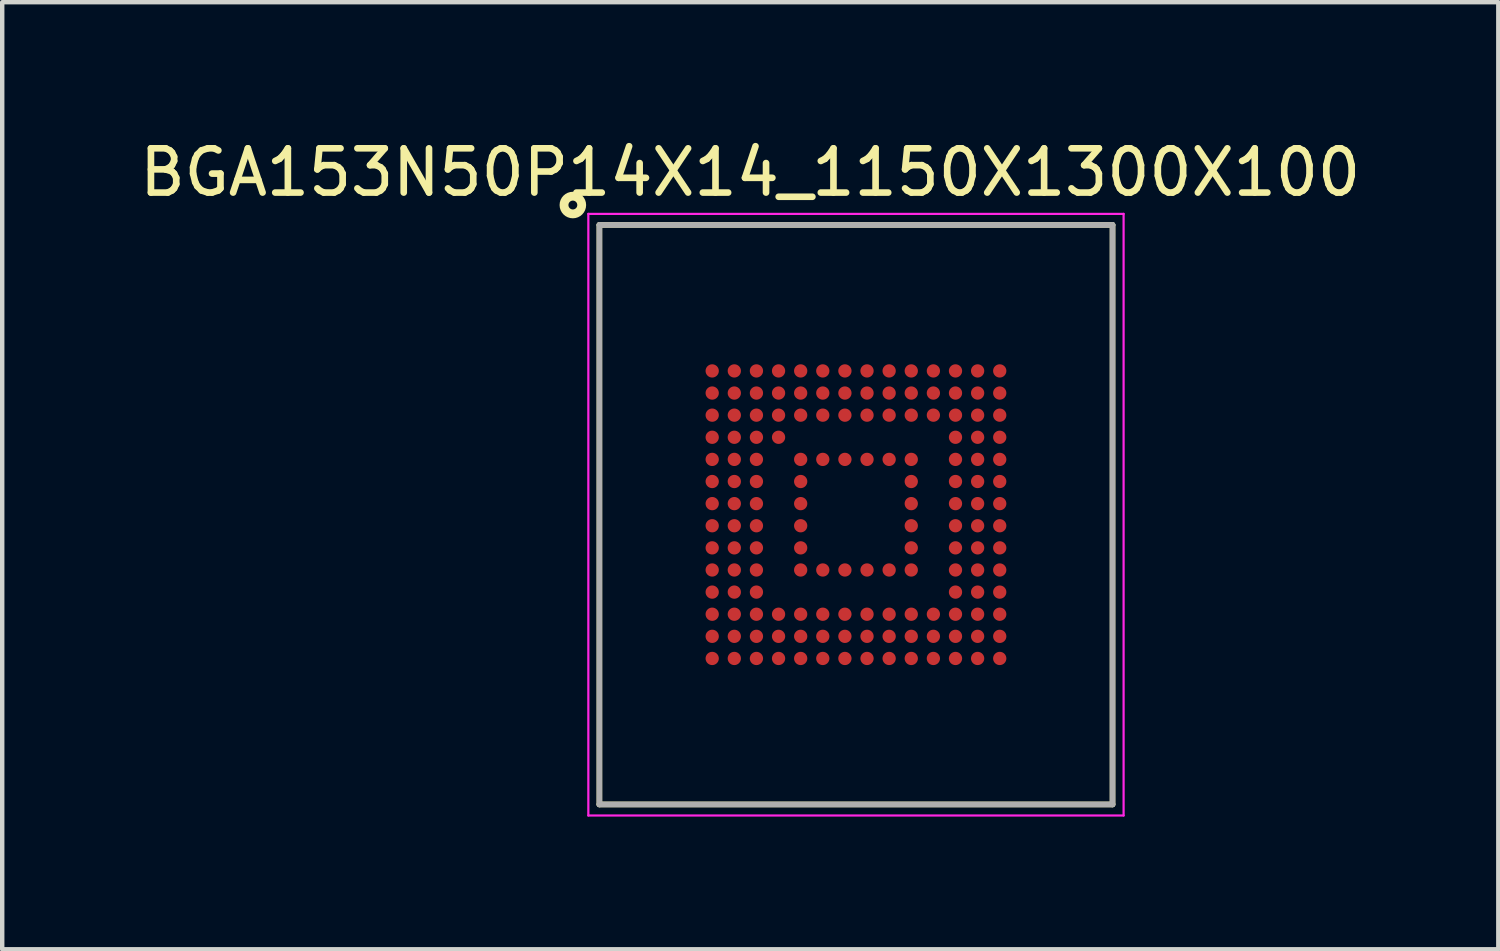
<source format=kicad_pcb>
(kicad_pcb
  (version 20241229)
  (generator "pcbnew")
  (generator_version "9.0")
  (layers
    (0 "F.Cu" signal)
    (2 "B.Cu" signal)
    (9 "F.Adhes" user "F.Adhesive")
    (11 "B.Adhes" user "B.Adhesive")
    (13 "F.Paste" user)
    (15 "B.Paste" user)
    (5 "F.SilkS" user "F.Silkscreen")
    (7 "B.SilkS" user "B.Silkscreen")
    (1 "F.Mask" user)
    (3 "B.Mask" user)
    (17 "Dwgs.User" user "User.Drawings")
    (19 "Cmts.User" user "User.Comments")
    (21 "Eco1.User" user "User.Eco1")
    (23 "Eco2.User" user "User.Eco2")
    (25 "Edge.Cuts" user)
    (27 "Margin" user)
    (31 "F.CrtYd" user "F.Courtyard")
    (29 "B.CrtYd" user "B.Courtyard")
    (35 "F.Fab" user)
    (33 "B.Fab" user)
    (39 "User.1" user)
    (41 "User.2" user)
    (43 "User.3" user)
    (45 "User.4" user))
  (footprint "BGA153N50P14X14_1150X1300X100"
    (layer "F.Cu")
    (at 16.3 8.585)
    (property "Reference" "BGA153N50P14X14_1150X1300X100" (at -2.39 -7.737 0) (layer "F.SilkS") (effects (font (size 1 1) (thickness 0.15))))
    (attr through_hole)
    (fp_line (start -5.8 6.55) (end -5.8 -6.55) (stroke (width 0.127) (type solid)) (layer "F.SilkS"))
    (fp_line (start 5.8 -6.55) (end -5.8 -6.55) (stroke (width 0.127) (type solid)) (layer "F.SilkS"))
    (fp_line (start 5.8 6.55) (end -5.8 6.55) (stroke (width 0.127) (type solid)) (layer "F.SilkS"))
    (fp_line (start 5.8 6.55) (end 5.8 -6.55) (stroke (width 0.127) (type solid)) (layer "F.SilkS"))
    (fp_circle (center -6.4 -7) (end -6.2 -7) (stroke (width 0.2) (type solid)) (fill no) (layer "F.SilkS"))
    (fp_line (start -6.05 -6.8) (end 6.05 -6.8) (stroke (width 0.05) (type solid)) (layer "F.CrtYd"))
    (fp_line (start -6.05 6.8) (end -6.05 -6.8) (stroke (width 0.05) (type solid)) (layer "F.CrtYd"))
    (fp_line (start -6.05 6.8) (end 6.05 6.8) (stroke (width 0.05) (type solid)) (layer "F.CrtYd"))
    (fp_line (start 6.05 6.8) (end 6.05 -6.8) (stroke (width 0.05) (type solid)) (layer "F.CrtYd"))
    (fp_line (start -5.8 6.55) (end -5.8 -6.55) (stroke (width 0.127) (type solid)) (layer "F.Fab"))
    (fp_line (start 5.8 -6.55) (end -5.8 -6.55) (stroke (width 0.127) (type solid)) (layer "F.Fab"))
    (fp_line (start 5.8 6.55) (end -5.8 6.55) (stroke (width 0.127) (type solid)) (layer "F.Fab"))
    (fp_line (start 5.8 6.55) (end 5.8 -6.55) (stroke (width 0.127) (type solid)) (layer "F.Fab"))
    (pad "A1" smd circle (at -3.25 -3.25) (size 0.3 0.3) (layers "F.Cu" "F.Mask" "F.Paste"))
    (pad "A2" smd circle (at -2.75 -3.25) (size 0.3 0.3) (layers "F.Cu" "F.Mask" "F.Paste"))
    (pad "A3" smd circle (at -2.25 -3.25) (size 0.3 0.3) (layers "F.Cu" "F.Mask" "F.Paste"))
    (pad "A4" smd circle (at -1.75 -3.25) (size 0.3 0.3) (layers "F.Cu" "F.Mask" "F.Paste"))
    (pad "A5" smd circle (at -1.25 -3.25) (size 0.3 0.3) (layers "F.Cu" "F.Mask" "F.Paste"))
    (pad "A6" smd circle (at -0.75 -3.25) (size 0.3 0.3) (layers "F.Cu" "F.Mask" "F.Paste"))
    (pad "A7" smd circle (at -0.25 -3.25) (size 0.3 0.3) (layers "F.Cu" "F.Mask" "F.Paste"))
    (pad "A8" smd circle (at 0.25 -3.25) (size 0.3 0.3) (layers "F.Cu" "F.Mask" "F.Paste"))
    (pad "A9" smd circle (at 0.75 -3.25) (size 0.3 0.3) (layers "F.Cu" "F.Mask" "F.Paste"))
    (pad "A10" smd circle (at 1.25 -3.25) (size 0.3 0.3) (layers "F.Cu" "F.Mask" "F.Paste"))
    (pad "A11" smd circle (at 1.75 -3.25) (size 0.3 0.3) (layers "F.Cu" "F.Mask" "F.Paste"))
    (pad "A12" smd circle (at 2.25 -3.25) (size 0.3 0.3) (layers "F.Cu" "F.Mask" "F.Paste"))
    (pad "A13" smd circle (at 2.75 -3.25) (size 0.3 0.3) (layers "F.Cu" "F.Mask" "F.Paste"))
    (pad "A14" smd circle (at 3.25 -3.25) (size 0.3 0.3) (layers "F.Cu" "F.Mask" "F.Paste"))
    (pad "B1" smd circle (at -3.25 -2.75) (size 0.3 0.3) (layers "F.Cu" "F.Mask" "F.Paste"))
    (pad "B2" smd circle (at -2.75 -2.75) (size 0.3 0.3) (layers "F.Cu" "F.Mask" "F.Paste"))
    (pad "B3" smd circle (at -2.25 -2.75) (size 0.3 0.3) (layers "F.Cu" "F.Mask" "F.Paste"))
    (pad "B4" smd circle (at -1.75 -2.75) (size 0.3 0.3) (layers "F.Cu" "F.Mask" "F.Paste"))
    (pad "B5" smd circle (at -1.25 -2.75) (size 0.3 0.3) (layers "F.Cu" "F.Mask" "F.Paste"))
    (pad "B6" smd circle (at -0.75 -2.75) (size 0.3 0.3) (layers "F.Cu" "F.Mask" "F.Paste"))
    (pad "B7" smd circle (at -0.25 -2.75) (size 0.3 0.3) (layers "F.Cu" "F.Mask" "F.Paste"))
    (pad "B8" smd circle (at 0.25 -2.75) (size 0.3 0.3) (layers "F.Cu" "F.Mask" "F.Paste"))
    (pad "B9" smd circle (at 0.75 -2.75) (size 0.3 0.3) (layers "F.Cu" "F.Mask" "F.Paste"))
    (pad "B10" smd circle (at 1.25 -2.75) (size 0.3 0.3) (layers "F.Cu" "F.Mask" "F.Paste"))
    (pad "B11" smd circle (at 1.75 -2.75) (size 0.3 0.3) (layers "F.Cu" "F.Mask" "F.Paste"))
    (pad "B12" smd circle (at 2.25 -2.75) (size 0.3 0.3) (layers "F.Cu" "F.Mask" "F.Paste"))
    (pad "B13" smd circle (at 2.75 -2.75) (size 0.3 0.3) (layers "F.Cu" "F.Mask" "F.Paste"))
    (pad "B14" smd circle (at 3.25 -2.75) (size 0.3 0.3) (layers "F.Cu" "F.Mask" "F.Paste"))
    (pad "C1" smd circle (at -3.25 -2.25) (size 0.3 0.3) (layers "F.Cu" "F.Mask" "F.Paste"))
    (pad "C2" smd circle (at -2.75 -2.25) (size 0.3 0.3) (layers "F.Cu" "F.Mask" "F.Paste"))
    (pad "C3" smd circle (at -2.25 -2.25) (size 0.3 0.3) (layers "F.Cu" "F.Mask" "F.Paste"))
    (pad "C4" smd circle (at -1.75 -2.25) (size 0.3 0.3) (layers "F.Cu" "F.Mask" "F.Paste"))
    (pad "C5" smd circle (at -1.25 -2.25) (size 0.3 0.3) (layers "F.Cu" "F.Mask" "F.Paste"))
    (pad "C6" smd circle (at -0.75 -2.25) (size 0.3 0.3) (layers "F.Cu" "F.Mask" "F.Paste"))
    (pad "C7" smd circle (at -0.25 -2.25) (size 0.3 0.3) (layers "F.Cu" "F.Mask" "F.Paste"))
    (pad "C8" smd circle (at 0.25 -2.25) (size 0.3 0.3) (layers "F.Cu" "F.Mask" "F.Paste"))
    (pad "C9" smd circle (at 0.75 -2.25) (size 0.3 0.3) (layers "F.Cu" "F.Mask" "F.Paste"))
    (pad "C10" smd circle (at 1.25 -2.25) (size 0.3 0.3) (layers "F.Cu" "F.Mask" "F.Paste"))
    (pad "C11" smd circle (at 1.75 -2.25) (size 0.3 0.3) (layers "F.Cu" "F.Mask" "F.Paste"))
    (pad "C12" smd circle (at 2.25 -2.25) (size 0.3 0.3) (layers "F.Cu" "F.Mask" "F.Paste"))
    (pad "C13" smd circle (at 2.75 -2.25) (size 0.3 0.3) (layers "F.Cu" "F.Mask" "F.Paste"))
    (pad "C14" smd circle (at 3.25 -2.25) (size 0.3 0.3) (layers "F.Cu" "F.Mask" "F.Paste"))
    (pad "D1" smd circle (at -3.25 -1.75) (size 0.3 0.3) (layers "F.Cu" "F.Mask" "F.Paste"))
    (pad "D2" smd circle (at -2.75 -1.75) (size 0.3 0.3) (layers "F.Cu" "F.Mask" "F.Paste"))
    (pad "D3" smd circle (at -2.25 -1.75) (size 0.3 0.3) (layers "F.Cu" "F.Mask" "F.Paste"))
    (pad "D4" smd circle (at -1.75 -1.75) (size 0.3 0.3) (layers "F.Cu" "F.Mask" "F.Paste"))
    (pad "D12" smd circle (at 2.25 -1.75) (size 0.3 0.3) (layers "F.Cu" "F.Mask" "F.Paste"))
    (pad "D13" smd circle (at 2.75 -1.75) (size 0.3 0.3) (layers "F.Cu" "F.Mask" "F.Paste"))
    (pad "D14" smd circle (at 3.25 -1.75) (size 0.3 0.3) (layers "F.Cu" "F.Mask" "F.Paste"))
    (pad "E1" smd circle (at -3.25 -1.25) (size 0.3 0.3) (layers "F.Cu" "F.Mask" "F.Paste"))
    (pad "E2" smd circle (at -2.75 -1.25) (size 0.3 0.3) (layers "F.Cu" "F.Mask" "F.Paste"))
    (pad "E3" smd circle (at -2.25 -1.25) (size 0.3 0.3) (layers "F.Cu" "F.Mask" "F.Paste"))
    (pad "E5" smd circle (at -1.25 -1.25) (size 0.3 0.3) (layers "F.Cu" "F.Mask" "F.Paste"))
    (pad "E6" smd circle (at -0.75 -1.25) (size 0.3 0.3) (layers "F.Cu" "F.Mask" "F.Paste"))
    (pad "E7" smd circle (at -0.25 -1.25) (size 0.3 0.3) (layers "F.Cu" "F.Mask" "F.Paste"))
    (pad "E8" smd circle (at 0.25 -1.25) (size 0.3 0.3) (layers "F.Cu" "F.Mask" "F.Paste"))
    (pad "E9" smd circle (at 0.75 -1.25) (size 0.3 0.3) (layers "F.Cu" "F.Mask" "F.Paste"))
    (pad "E10" smd circle (at 1.25 -1.25) (size 0.3 0.3) (layers "F.Cu" "F.Mask" "F.Paste"))
    (pad "E12" smd circle (at 2.25 -1.25) (size 0.3 0.3) (layers "F.Cu" "F.Mask" "F.Paste"))
    (pad "E13" smd circle (at 2.75 -1.25) (size 0.3 0.3) (layers "F.Cu" "F.Mask" "F.Paste"))
    (pad "E14" smd circle (at 3.25 -1.25) (size 0.3 0.3) (layers "F.Cu" "F.Mask" "F.Paste"))
    (pad "F1" smd circle (at -3.25 -0.75) (size 0.3 0.3) (layers "F.Cu" "F.Mask" "F.Paste"))
    (pad "F2" smd circle (at -2.75 -0.75) (size 0.3 0.3) (layers "F.Cu" "F.Mask" "F.Paste"))
    (pad "F3" smd circle (at -2.25 -0.75) (size 0.3 0.3) (layers "F.Cu" "F.Mask" "F.Paste"))
    (pad "F5" smd circle (at -1.25 -0.75) (size 0.3 0.3) (layers "F.Cu" "F.Mask" "F.Paste"))
    (pad "F10" smd circle (at 1.25 -0.75) (size 0.3 0.3) (layers "F.Cu" "F.Mask" "F.Paste"))
    (pad "F12" smd circle (at 2.25 -0.75) (size 0.3 0.3) (layers "F.Cu" "F.Mask" "F.Paste"))
    (pad "F13" smd circle (at 2.75 -0.75) (size 0.3 0.3) (layers "F.Cu" "F.Mask" "F.Paste"))
    (pad "F14" smd circle (at 3.25 -0.75) (size 0.3 0.3) (layers "F.Cu" "F.Mask" "F.Paste"))
    (pad "G1" smd circle (at -3.25 -0.25) (size 0.3 0.3) (layers "F.Cu" "F.Mask" "F.Paste"))
    (pad "G2" smd circle (at -2.75 -0.25) (size 0.3 0.3) (layers "F.Cu" "F.Mask" "F.Paste"))
    (pad "G3" smd circle (at -2.25 -0.25) (size 0.3 0.3) (layers "F.Cu" "F.Mask" "F.Paste"))
    (pad "G5" smd circle (at -1.25 -0.25) (size 0.3 0.3) (layers "F.Cu" "F.Mask" "F.Paste"))
    (pad "G10" smd circle (at 1.25 -0.25) (size 0.3 0.3) (layers "F.Cu" "F.Mask" "F.Paste"))
    (pad "G12" smd circle (at 2.25 -0.25) (size 0.3 0.3) (layers "F.Cu" "F.Mask" "F.Paste"))
    (pad "G13" smd circle (at 2.75 -0.25) (size 0.3 0.3) (layers "F.Cu" "F.Mask" "F.Paste"))
    (pad "G14" smd circle (at 3.25 -0.25) (size 0.3 0.3) (layers "F.Cu" "F.Mask" "F.Paste"))
    (pad "H1" smd circle (at -3.25 0.25) (size 0.3 0.3) (layers "F.Cu" "F.Mask" "F.Paste"))
    (pad "H2" smd circle (at -2.75 0.25) (size 0.3 0.3) (layers "F.Cu" "F.Mask" "F.Paste"))
    (pad "H3" smd circle (at -2.25 0.25) (size 0.3 0.3) (layers "F.Cu" "F.Mask" "F.Paste"))
    (pad "H5" smd circle (at -1.25 0.25) (size 0.3 0.3) (layers "F.Cu" "F.Mask" "F.Paste"))
    (pad "H10" smd circle (at 1.25 0.25) (size 0.3 0.3) (layers "F.Cu" "F.Mask" "F.Paste"))
    (pad "H12" smd circle (at 2.25 0.25) (size 0.3 0.3) (layers "F.Cu" "F.Mask" "F.Paste"))
    (pad "H13" smd circle (at 2.75 0.25) (size 0.3 0.3) (layers "F.Cu" "F.Mask" "F.Paste"))
    (pad "H14" smd circle (at 3.25 0.25) (size 0.3 0.3) (layers "F.Cu" "F.Mask" "F.Paste"))
    (pad "J1" smd circle (at -3.25 0.75) (size 0.3 0.3) (layers "F.Cu" "F.Mask" "F.Paste"))
    (pad "J2" smd circle (at -2.75 0.75) (size 0.3 0.3) (layers "F.Cu" "F.Mask" "F.Paste"))
    (pad "J3" smd circle (at -2.25 0.75) (size 0.3 0.3) (layers "F.Cu" "F.Mask" "F.Paste"))
    (pad "J5" smd circle (at -1.25 0.75) (size 0.3 0.3) (layers "F.Cu" "F.Mask" "F.Paste"))
    (pad "J10" smd circle (at 1.25 0.75) (size 0.3 0.3) (layers "F.Cu" "F.Mask" "F.Paste"))
    (pad "J12" smd circle (at 2.25 0.75) (size 0.3 0.3) (layers "F.Cu" "F.Mask" "F.Paste"))
    (pad "J13" smd circle (at 2.75 0.75) (size 0.3 0.3) (layers "F.Cu" "F.Mask" "F.Paste"))
    (pad "J14" smd circle (at 3.25 0.75) (size 0.3 0.3) (layers "F.Cu" "F.Mask" "F.Paste"))
    (pad "K1" smd circle (at -3.25 1.25) (size 0.3 0.3) (layers "F.Cu" "F.Mask" "F.Paste"))
    (pad "K2" smd circle (at -2.75 1.25) (size 0.3 0.3) (layers "F.Cu" "F.Mask" "F.Paste"))
    (pad "K3" smd circle (at -2.25 1.25) (size 0.3 0.3) (layers "F.Cu" "F.Mask" "F.Paste"))
    (pad "K5" smd circle (at -1.25 1.25) (size 0.3 0.3) (layers "F.Cu" "F.Mask" "F.Paste"))
    (pad "K6" smd circle (at -0.75 1.25) (size 0.3 0.3) (layers "F.Cu" "F.Mask" "F.Paste"))
    (pad "K7" smd circle (at -0.25 1.25) (size 0.3 0.3) (layers "F.Cu" "F.Mask" "F.Paste"))
    (pad "K8" smd circle (at 0.25 1.25) (size 0.3 0.3) (layers "F.Cu" "F.Mask" "F.Paste"))
    (pad "K9" smd circle (at 0.75 1.25) (size 0.3 0.3) (layers "F.Cu" "F.Mask" "F.Paste"))
    (pad "K10" smd circle (at 1.25 1.25) (size 0.3 0.3) (layers "F.Cu" "F.Mask" "F.Paste"))
    (pad "K12" smd circle (at 2.25 1.25) (size 0.3 0.3) (layers "F.Cu" "F.Mask" "F.Paste"))
    (pad "K13" smd circle (at 2.75 1.25) (size 0.3 0.3) (layers "F.Cu" "F.Mask" "F.Paste"))
    (pad "K14" smd circle (at 3.25 1.25) (size 0.3 0.3) (layers "F.Cu" "F.Mask" "F.Paste"))
    (pad "L1" smd circle (at -3.25 1.75) (size 0.3 0.3) (layers "F.Cu" "F.Mask" "F.Paste"))
    (pad "L2" smd circle (at -2.75 1.75) (size 0.3 0.3) (layers "F.Cu" "F.Mask" "F.Paste"))
    (pad "L3" smd circle (at -2.25 1.75) (size 0.3 0.3) (layers "F.Cu" "F.Mask" "F.Paste"))
    (pad "L12" smd circle (at 2.25 1.75) (size 0.3 0.3) (layers "F.Cu" "F.Mask" "F.Paste"))
    (pad "L13" smd circle (at 2.75 1.75) (size 0.3 0.3) (layers "F.Cu" "F.Mask" "F.Paste"))
    (pad "L14" smd circle (at 3.25 1.75) (size 0.3 0.3) (layers "F.Cu" "F.Mask" "F.Paste"))
    (pad "M1" smd circle (at -3.25 2.25) (size 0.3 0.3) (layers "F.Cu" "F.Mask" "F.Paste"))
    (pad "M2" smd circle (at -2.75 2.25) (size 0.3 0.3) (layers "F.Cu" "F.Mask" "F.Paste"))
    (pad "M3" smd circle (at -2.25 2.25) (size 0.3 0.3) (layers "F.Cu" "F.Mask" "F.Paste"))
    (pad "M4" smd circle (at -1.75 2.25) (size 0.3 0.3) (layers "F.Cu" "F.Mask" "F.Paste"))
    (pad "M5" smd circle (at -1.25 2.25) (size 0.3 0.3) (layers "F.Cu" "F.Mask" "F.Paste"))
    (pad "M6" smd circle (at -0.75 2.25) (size 0.3 0.3) (layers "F.Cu" "F.Mask" "F.Paste"))
    (pad "M7" smd circle (at -0.25 2.25) (size 0.3 0.3) (layers "F.Cu" "F.Mask" "F.Paste"))
    (pad "M8" smd circle (at 0.25 2.25) (size 0.3 0.3) (layers "F.Cu" "F.Mask" "F.Paste"))
    (pad "M9" smd circle (at 0.75 2.25) (size 0.3 0.3) (layers "F.Cu" "F.Mask" "F.Paste"))
    (pad "M10" smd circle (at 1.25 2.25) (size 0.3 0.3) (layers "F.Cu" "F.Mask" "F.Paste"))
    (pad "M11" smd circle (at 1.75 2.25) (size 0.3 0.3) (layers "F.Cu" "F.Mask" "F.Paste"))
    (pad "M12" smd circle (at 2.25 2.25) (size 0.3 0.3) (layers "F.Cu" "F.Mask" "F.Paste"))
    (pad "M13" smd circle (at 2.75 2.25) (size 0.3 0.3) (layers "F.Cu" "F.Mask" "F.Paste"))
    (pad "M14" smd circle (at 3.25 2.25) (size 0.3 0.3) (layers "F.Cu" "F.Mask" "F.Paste"))
    (pad "N1" smd circle (at -3.25 2.75) (size 0.3 0.3) (layers "F.Cu" "F.Mask" "F.Paste"))
    (pad "N2" smd circle (at -2.75 2.75) (size 0.3 0.3) (layers "F.Cu" "F.Mask" "F.Paste"))
    (pad "N3" smd circle (at -2.25 2.75) (size 0.3 0.3) (layers "F.Cu" "F.Mask" "F.Paste"))
    (pad "N4" smd circle (at -1.75 2.75) (size 0.3 0.3) (layers "F.Cu" "F.Mask" "F.Paste"))
    (pad "N5" smd circle (at -1.25 2.75) (size 0.3 0.3) (layers "F.Cu" "F.Mask" "F.Paste"))
    (pad "N6" smd circle (at -0.75 2.75) (size 0.3 0.3) (layers "F.Cu" "F.Mask" "F.Paste"))
    (pad "N7" smd circle (at -0.25 2.75) (size 0.3 0.3) (layers "F.Cu" "F.Mask" "F.Paste"))
    (pad "N8" smd circle (at 0.25 2.75) (size 0.3 0.3) (layers "F.Cu" "F.Mask" "F.Paste"))
    (pad "N9" smd circle (at 0.75 2.75) (size 0.3 0.3) (layers "F.Cu" "F.Mask" "F.Paste"))
    (pad "N10" smd circle (at 1.25 2.75) (size 0.3 0.3) (layers "F.Cu" "F.Mask" "F.Paste"))
    (pad "N11" smd circle (at 1.75 2.75) (size 0.3 0.3) (layers "F.Cu" "F.Mask" "F.Paste"))
    (pad "N12" smd circle (at 2.25 2.75) (size 0.3 0.3) (layers "F.Cu" "F.Mask" "F.Paste"))
    (pad "N13" smd circle (at 2.75 2.75) (size 0.3 0.3) (layers "F.Cu" "F.Mask" "F.Paste"))
    (pad "N14" smd circle (at 3.25 2.75) (size 0.3 0.3) (layers "F.Cu" "F.Mask" "F.Paste"))
    (pad "P1" smd circle (at -3.25 3.25) (size 0.3 0.3) (layers "F.Cu" "F.Mask" "F.Paste"))
    (pad "P2" smd circle (at -2.75 3.25) (size 0.3 0.3) (layers "F.Cu" "F.Mask" "F.Paste"))
    (pad "P3" smd circle (at -2.25 3.25) (size 0.3 0.3) (layers "F.Cu" "F.Mask" "F.Paste"))
    (pad "P4" smd circle (at -1.75 3.25) (size 0.3 0.3) (layers "F.Cu" "F.Mask" "F.Paste"))
    (pad "P5" smd circle (at -1.25 3.25) (size 0.3 0.3) (layers "F.Cu" "F.Mask" "F.Paste"))
    (pad "P6" smd circle (at -0.75 3.25) (size 0.3 0.3) (layers "F.Cu" "F.Mask" "F.Paste"))
    (pad "P7" smd circle (at -0.25 3.25) (size 0.3 0.3) (layers "F.Cu" "F.Mask" "F.Paste"))
    (pad "P8" smd circle (at 0.25 3.25) (size 0.3 0.3) (layers "F.Cu" "F.Mask" "F.Paste"))
    (pad "P9" smd circle (at 0.75 3.25) (size 0.3 0.3) (layers "F.Cu" "F.Mask" "F.Paste"))
    (pad "P10" smd circle (at 1.25 3.25) (size 0.3 0.3) (layers "F.Cu" "F.Mask" "F.Paste"))
    (pad "P11" smd circle (at 1.75 3.25) (size 0.3 0.3) (layers "F.Cu" "F.Mask" "F.Paste"))
    (pad "P12" smd circle (at 2.25 3.25) (size 0.3 0.3) (layers "F.Cu" "F.Mask" "F.Paste"))
    (pad "P13" smd circle (at 2.75 3.25) (size 0.3 0.3) (layers "F.Cu" "F.Mask" "F.Paste"))
    (pad "P14" smd circle (at 3.25 3.25) (size 0.3 0.3) (layers "F.Cu" "F.Mask" "F.Paste")))
  (gr_rect
    (start -3 -3)
    (end 30.821 18.41)
    (stroke (width 0.1) (type default))
    (fill no)
    (layer "Edge.Cuts")))
</source>
